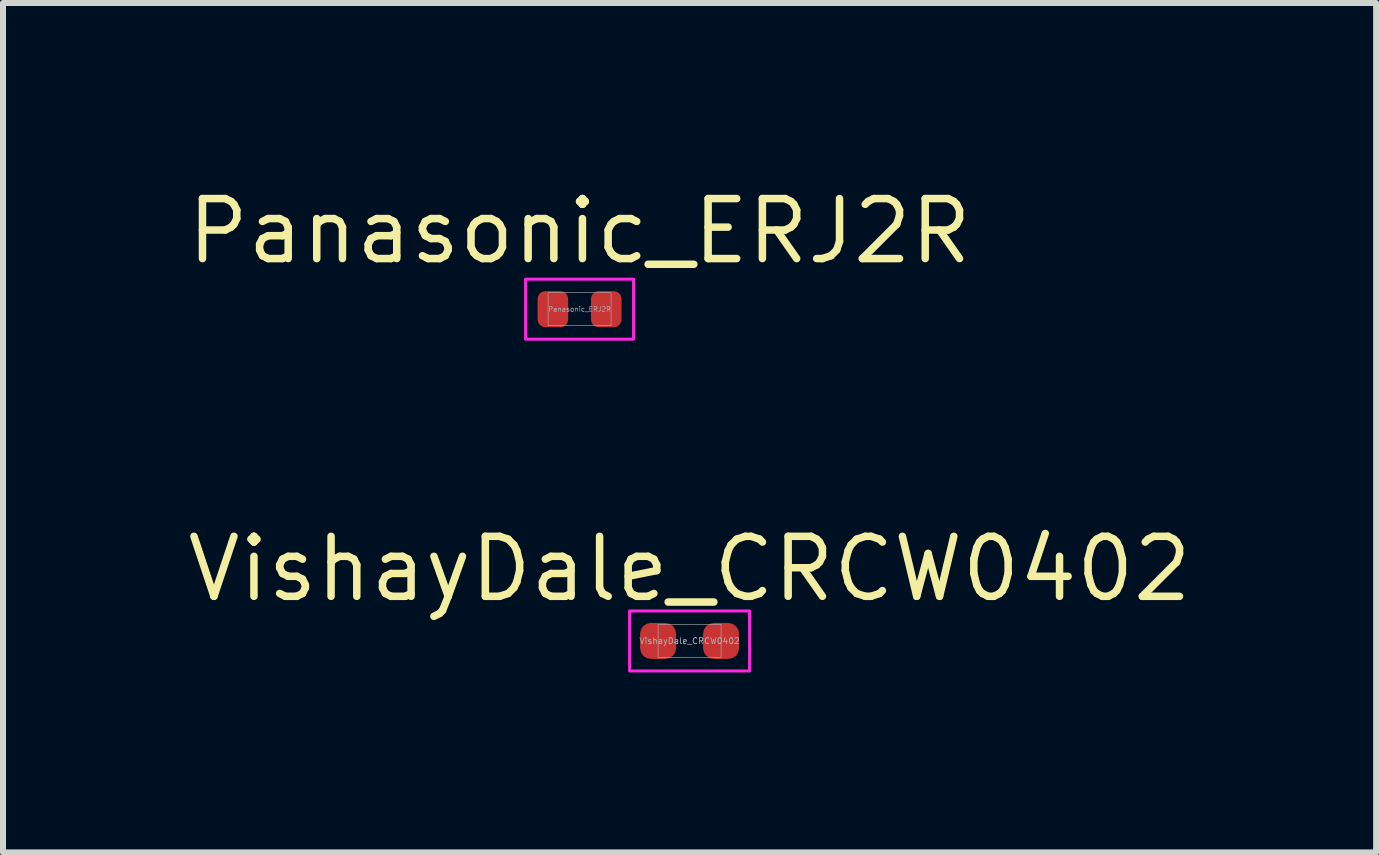
<source format=kicad_pcb>
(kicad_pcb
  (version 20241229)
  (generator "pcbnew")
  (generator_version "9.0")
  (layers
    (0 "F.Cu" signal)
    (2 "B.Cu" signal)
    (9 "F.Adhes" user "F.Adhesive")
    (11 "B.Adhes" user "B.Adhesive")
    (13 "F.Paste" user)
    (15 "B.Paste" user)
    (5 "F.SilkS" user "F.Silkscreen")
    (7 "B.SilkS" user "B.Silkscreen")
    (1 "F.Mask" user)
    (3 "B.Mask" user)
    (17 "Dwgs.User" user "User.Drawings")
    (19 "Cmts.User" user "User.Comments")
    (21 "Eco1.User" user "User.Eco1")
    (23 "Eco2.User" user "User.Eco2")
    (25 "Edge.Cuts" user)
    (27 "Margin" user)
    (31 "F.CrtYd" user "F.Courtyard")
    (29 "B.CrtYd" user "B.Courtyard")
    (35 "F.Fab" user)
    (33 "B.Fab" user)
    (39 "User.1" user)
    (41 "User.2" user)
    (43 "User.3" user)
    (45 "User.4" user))
  (footprint "VishayDale_CRCW0402"
    (layer "F.Cu")
    (at 8.445 7.634)
    (property "Reference" "VishayDale_CRCW0402" (at 0 -1.2 0) (layer "F.SilkS") (effects (font (size 1 1) (thickness 0.125))))
    (attr smd)
    (fp_rect (start -1 -0.5) (end 1 0.5) (stroke (width 0.05) (type default)) (fill no) (layer "F.CrtYd"))
    (fp_rect (start -0.525 -0.275) (end 0.525 0.275) (stroke (width 0.01) (type solid)) (fill no) (layer "F.Fab"))
    (fp_text user "${REFERENCE}" (at 0 0 0) (unlocked yes) (layer "F.Fab") (effects (font (size 0.1 0.1) (thickness 0.013))))
    (pad "1" smd roundrect (at -0.525 0) (size 0.6 0.6) (layers "F.Cu" "F.Mask" "F.Paste") (roundrect_rratio 0.3))
    (pad "2" smd roundrect (at 0.525 0) (size 0.6 0.6) (layers "F.Cu" "F.Mask" "F.Paste") (roundrect_rratio 0.3)))
  (footprint "Panasonic_ERJ2R"
    (layer "F.Cu")
    (at 6.611 2.104)
    (property "Reference" "Panasonic_ERJ2R" (at 0 -1.3 0) (layer "F.SilkS") (effects (font (size 1 1) (thickness 0.125))))
    (attr smd)
    (fp_rect (start -0.9 -0.5) (end 0.9 0.5) (stroke (width 0.05) (type default)) (fill no) (layer "F.CrtYd"))
    (fp_rect (start -0.525 -0.275) (end 0.525 0.275) (stroke (width 0.01) (type default)) (fill no) (layer "F.Fab"))
    (fp_text user "${REFERENCE}" (at 0 0 0) (unlocked yes) (layer "F.Fab") (effects (font (size 0.08 0.08) (thickness 0.01))))
    (pad "1" smd roundrect (at -0.445 0) (size 0.51 0.6) (layers "F.Cu" "F.Mask" "F.Paste") (roundrect_rratio 0.25))
    (pad "2" smd roundrect (at 0.445 0) (size 0.51 0.6) (layers "F.Cu" "F.Mask" "F.Paste") (roundrect_rratio 0.25)))
  (gr_rect
    (start -3 -3)
    (end 19.889 11.159)
    (stroke (width 0.1) (type default))
    (fill no)
    (layer "Edge.Cuts")))
</source>
